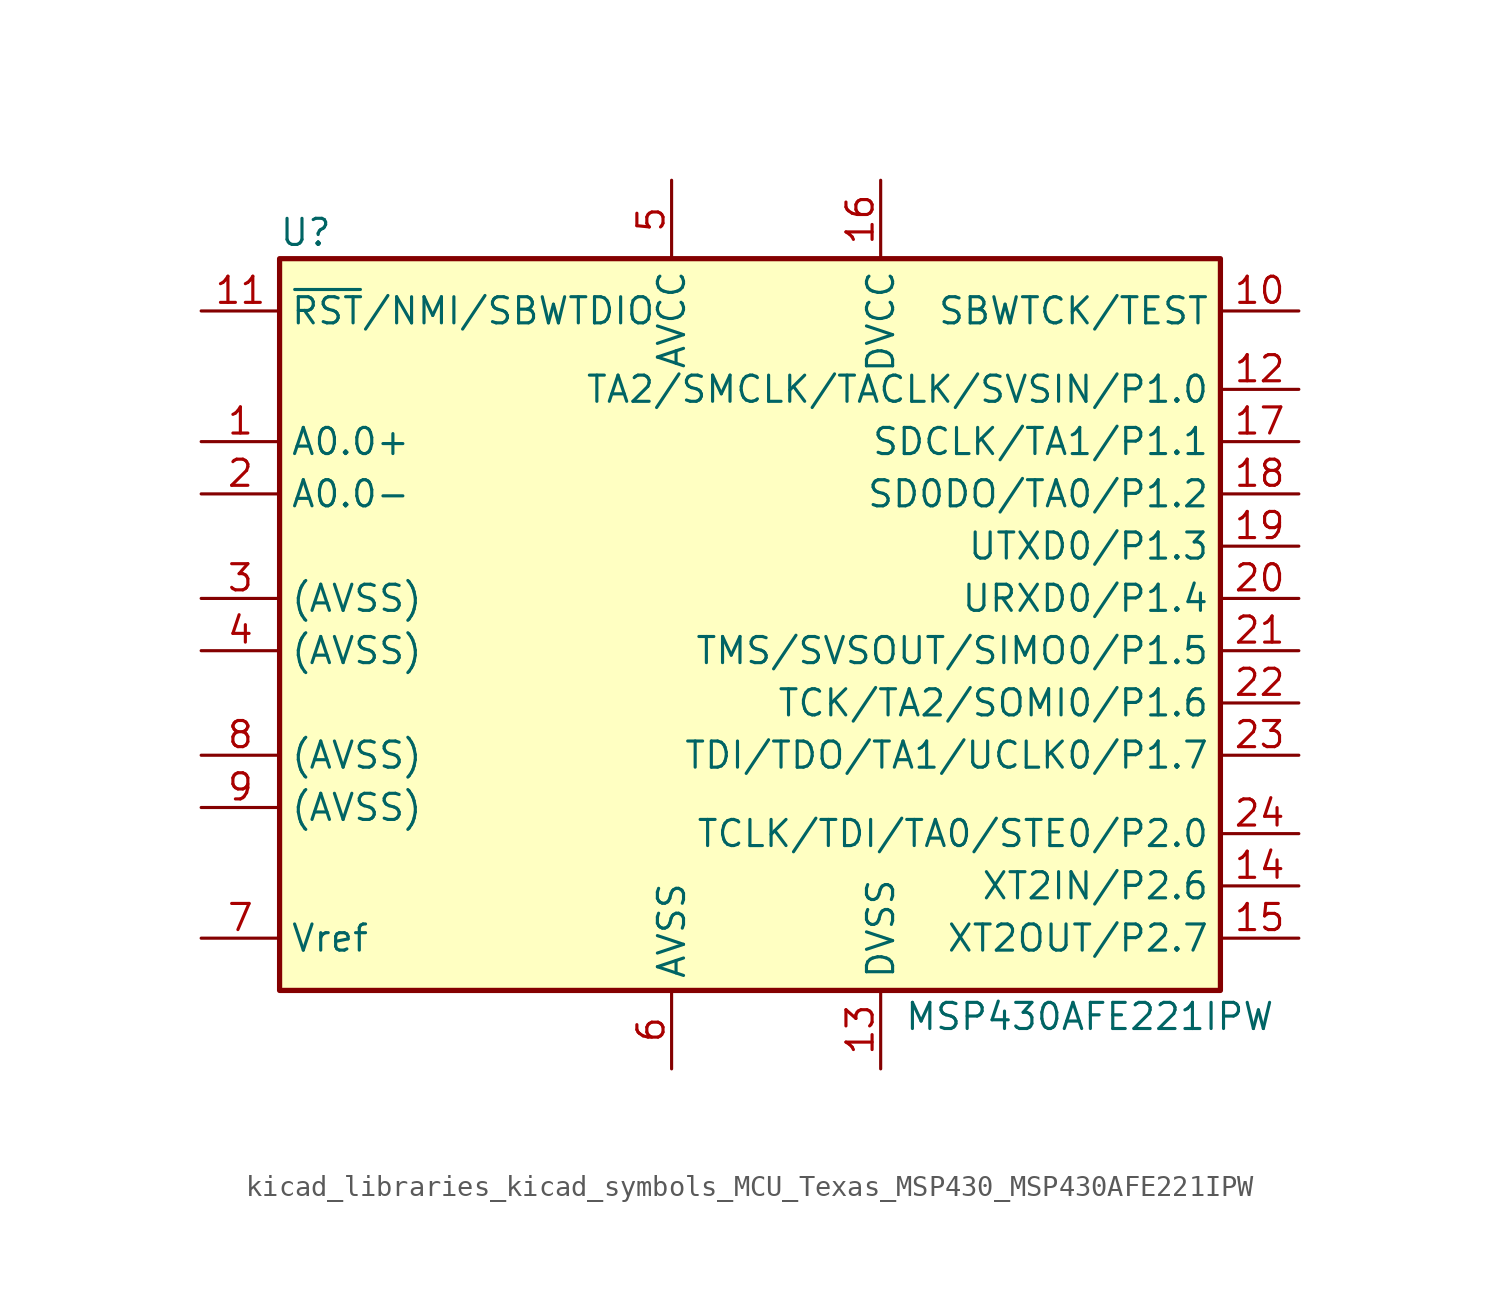
<source format=kicad_sym>
(kicad_symbol_lib
  (version 20220914)
  (generator kicad_symbol_editor)
  (symbol "kicad_libraries_kicad_symbols_MCU_Texas_MSP430_MSP430AFE221IPW"
    (property "Reference" "U"
      (at -22.86 19.05 0)
      (effects (font (size 1.27 1.27))))
    (property "Value" "MSP430AFE221IPW"
      (at 15.24 -19.05 0)
      (effects (font (size 1.27 1.27))))
    (symbol "kicad_libraries_kicad_symbols_MCU_Texas_MSP430_MSP430AFE221IPW_0_1"
      (rectangle (start -24.13 17.78) (end 21.59 -17.78) (stroke (width 0.254) (type default)) (fill (type background))))
    (symbol "kicad_libraries_kicad_symbols_MCU_Texas_MSP430_MSP430AFE221IPW_1_1"
      (pin passive line (at -27.94 8.89 0) (length 3.81) (name "A0.0+" (effects (font (size 1.27 1.27)))) (number "1" (effects (font (size 1.27 1.27)))))
      (pin input line (at 25.4 15.24 180) (length 3.81) (name "SBWTCK/TEST" (effects (font (size 1.27 1.27)))) (number "10" (effects (font (size 1.27 1.27)))))
      (pin input line (at -27.94 15.24 0) (length 3.81) (name "~{RST}/NMI/SBWTDIO" (effects (font (size 1.27 1.27)))) (number "11" (effects (font (size 1.27 1.27)))))
      (pin bidirectional line (at 25.4 11.43 180) (length 3.81) (name "TA2/SMCLK/TACLK/SVSIN/P1.0" (effects (font (size 1.27 1.27)))) (number "12" (effects (font (size 1.27 1.27)))))
      (pin power_in line (at 5.08 -21.59 90) (length 3.81) (name "DVSS" (effects (font (size 1.27 1.27)))) (number "13" (effects (font (size 1.27 1.27)))))
      (pin bidirectional line (at 25.4 -12.7 180) (length 3.81) (name "XT2IN/P2.6" (effects (font (size 1.27 1.27)))) (number "14" (effects (font (size 1.27 1.27)))))
      (pin bidirectional line (at 25.4 -15.24 180) (length 3.81) (name "XT2OUT/P2.7" (effects (font (size 1.27 1.27)))) (number "15" (effects (font (size 1.27 1.27)))))
      (pin power_in line (at 5.08 21.59 270) (length 3.81) (name "DVCC" (effects (font (size 1.27 1.27)))) (number "16" (effects (font (size 1.27 1.27)))))
      (pin bidirectional line (at 25.4 8.89 180) (length 3.81) (name "SDCLK/TA1/P1.1" (effects (font (size 1.27 1.27)))) (number "17" (effects (font (size 1.27 1.27)))))
      (pin bidirectional line (at 25.4 6.35 180) (length 3.81) (name "SD0DO/TA0/P1.2" (effects (font (size 1.27 1.27)))) (number "18" (effects (font (size 1.27 1.27)))))
      (pin bidirectional line (at 25.4 3.81 180) (length 3.81) (name "UTXD0/P1.3" (effects (font (size 1.27 1.27)))) (number "19" (effects (font (size 1.27 1.27)))))
      (pin passive line (at -27.94 6.35 0) (length 3.81) (name "A0.0-" (effects (font (size 1.27 1.27)))) (number "2" (effects (font (size 1.27 1.27)))))
      (pin bidirectional line (at 25.4 1.27 180) (length 3.81) (name "URXD0/P1.4" (effects (font (size 1.27 1.27)))) (number "20" (effects (font (size 1.27 1.27)))))
      (pin bidirectional line (at 25.4 -1.27 180) (length 3.81) (name "TMS/SVSOUT/SIMO0/P1.5" (effects (font (size 1.27 1.27)))) (number "21" (effects (font (size 1.27 1.27)))))
      (pin bidirectional line (at 25.4 -3.81 180) (length 3.81) (name "TCK/TA2/SOMI0/P1.6" (effects (font (size 1.27 1.27)))) (number "22" (effects (font (size 1.27 1.27)))))
      (pin bidirectional line (at 25.4 -6.35 180) (length 3.81) (name "TDI/TDO/TA1/UCLK0/P1.7" (effects (font (size 1.27 1.27)))) (number "23" (effects (font (size 1.27 1.27)))))
      (pin bidirectional line (at 25.4 -10.16 180) (length 3.81) (name "TCLK/TDI/TA0/STE0/P2.0" (effects (font (size 1.27 1.27)))) (number "24" (effects (font (size 1.27 1.27)))))
      (pin passive line (at -27.94 1.27 0) (length 3.81) (name "(AVSS)" (effects (font (size 1.27 1.27)))) (number "3" (effects (font (size 1.27 1.27)))))
      (pin passive line (at -27.94 -1.27 0) (length 3.81) (name "(AVSS)" (effects (font (size 1.27 1.27)))) (number "4" (effects (font (size 1.27 1.27)))))
      (pin power_in line (at -5.08 21.59 270) (length 3.81) (name "AVCC" (effects (font (size 1.27 1.27)))) (number "5" (effects (font (size 1.27 1.27)))))
      (pin power_in line (at -5.08 -21.59 90) (length 3.81) (name "AVSS" (effects (font (size 1.27 1.27)))) (number "6" (effects (font (size 1.27 1.27)))))
      (pin passive line (at -27.94 -15.24 0) (length 3.81) (name "Vref" (effects (font (size 1.27 1.27)))) (number "7" (effects (font (size 1.27 1.27)))))
      (pin passive line (at -27.94 -6.35 0) (length 3.81) (name "(AVSS)" (effects (font (size 1.27 1.27)))) (number "8" (effects (font (size 1.27 1.27)))))
      (pin passive line (at -27.94 -8.89 0) (length 3.81) (name "(AVSS)" (effects (font (size 1.27 1.27)))) (number "9" (effects (font (size 1.27 1.27))))))))
</source>
